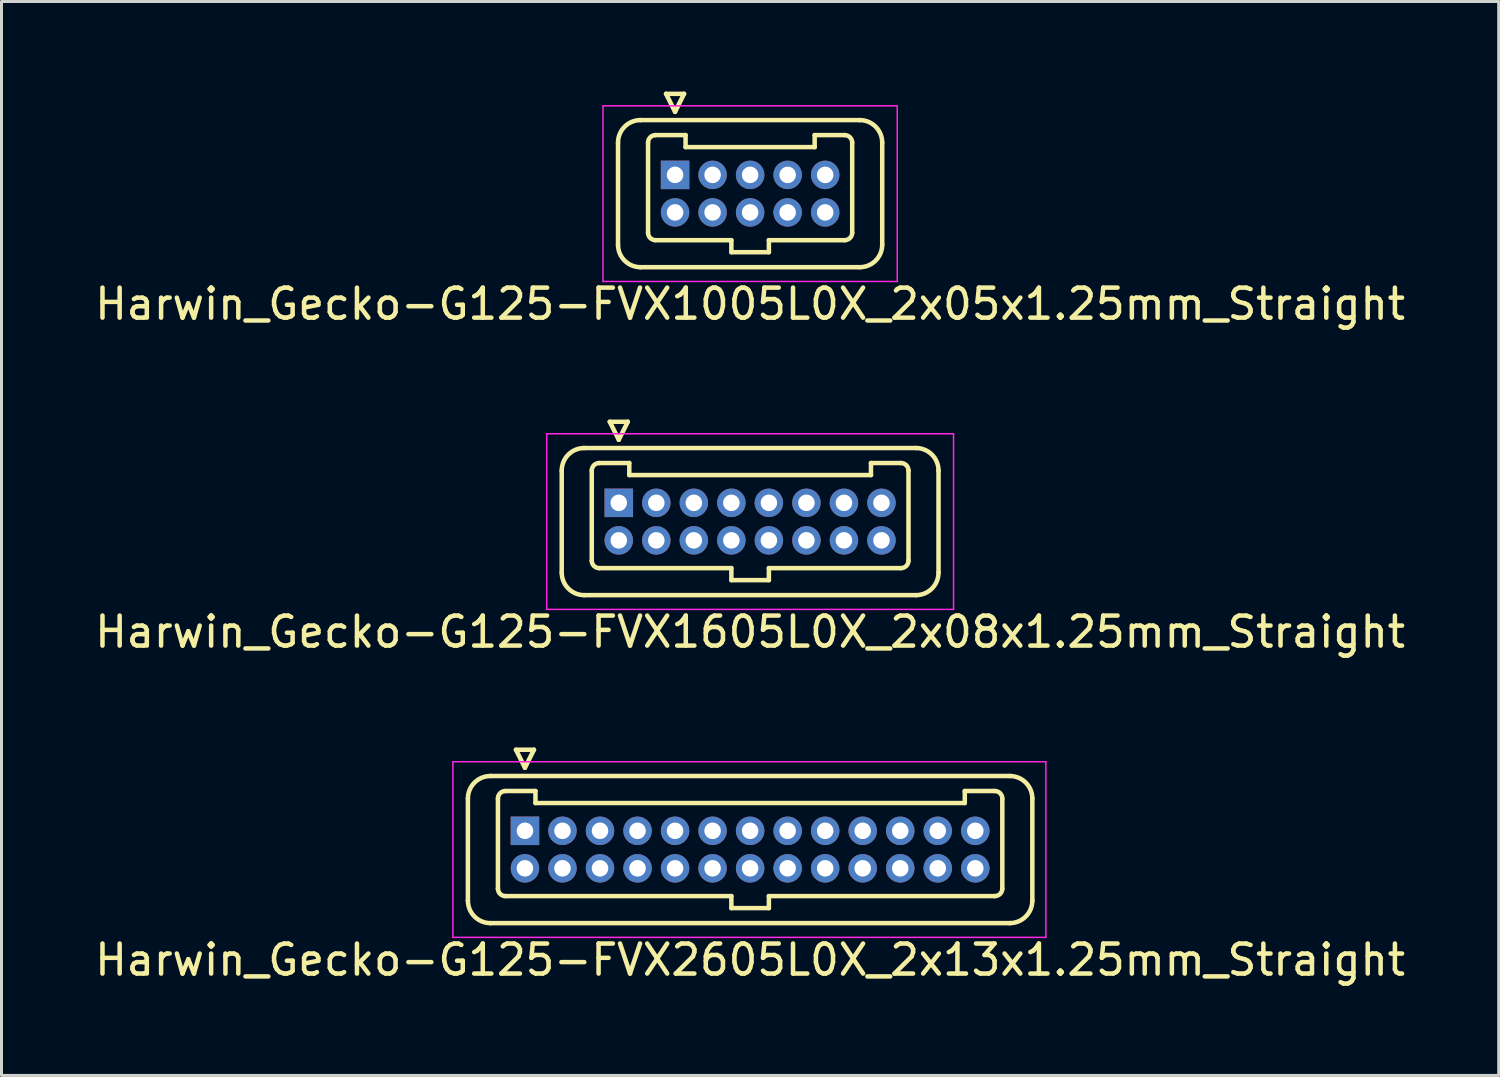
<source format=kicad_pcb>
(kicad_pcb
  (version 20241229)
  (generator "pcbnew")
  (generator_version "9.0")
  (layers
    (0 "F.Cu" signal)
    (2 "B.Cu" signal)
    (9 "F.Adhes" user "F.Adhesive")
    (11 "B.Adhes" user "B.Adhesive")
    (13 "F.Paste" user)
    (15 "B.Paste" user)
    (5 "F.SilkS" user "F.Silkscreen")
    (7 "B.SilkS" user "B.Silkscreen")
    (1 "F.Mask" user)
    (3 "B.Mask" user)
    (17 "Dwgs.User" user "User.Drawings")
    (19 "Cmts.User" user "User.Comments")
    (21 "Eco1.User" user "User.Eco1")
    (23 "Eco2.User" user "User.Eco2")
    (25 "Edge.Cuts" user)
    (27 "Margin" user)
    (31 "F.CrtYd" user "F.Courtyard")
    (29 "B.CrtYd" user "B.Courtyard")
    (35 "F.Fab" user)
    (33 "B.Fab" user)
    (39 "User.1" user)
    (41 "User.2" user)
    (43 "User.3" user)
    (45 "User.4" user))
  (footprint "Harwin_Gecko-G125-FVX1605L0X_2x08x1.25mm_Straight"
    (layer "F.Cu")
    (at 17.56 13.698)
    (property "Reference" "Harwin_Gecko-G125-FVX1605L0X_2x08x1.25mm_Straight" (at 4.375 4.3 0) (layer "F.SilkS") (effects (font (size 1 1) (thickness 0.15))))
    (attr through_hole)
    (fp_line (start -1.9 -1.075) (end -1.9 2.325) (stroke (width 0.15) (type solid)) (layer "F.SilkS"))
    (fp_line (start -1.15 -1.825) (end 9.9 -1.825) (stroke (width 0.15) (type solid)) (layer "F.SilkS"))
    (fp_line (start -1.15 3.075) (end 9.9 3.075) (stroke (width 0.15) (type solid)) (layer "F.SilkS"))
    (fp_line (start -0.9 -1.075) (end -0.9 1.925) (stroke (width 0.15) (type solid)) (layer "F.SilkS"))
    (fp_line (start -0.65 -1.325) (end 0.35 -1.325) (stroke (width 0.15) (type solid)) (layer "F.SilkS"))
    (fp_line (start -0.65 2.175) (end 3.75 2.175) (stroke (width 0.15) (type solid)) (layer "F.SilkS"))
    (fp_line (start -0.3 -2.7) (end 0.3 -2.7) (stroke (width 0.15) (type solid)) (layer "F.SilkS"))
    (fp_line (start 0 -2.1) (end -0.3 -2.7) (stroke (width 0.15) (type solid)) (layer "F.SilkS"))
    (fp_line (start 0.3 -2.7) (end 0 -2.1) (stroke (width 0.15) (type solid)) (layer "F.SilkS"))
    (fp_line (start 0.35 -1.325) (end 0.35 -0.925) (stroke (width 0.15) (type solid)) (layer "F.SilkS"))
    (fp_line (start 0.35 -0.925) (end 8.4 -0.925) (stroke (width 0.15) (type solid)) (layer "F.SilkS"))
    (fp_line (start 3.75 2.175) (end 3.75 2.575) (stroke (width 0.15) (type solid)) (layer "F.SilkS"))
    (fp_line (start 3.75 2.575) (end 5 2.575) (stroke (width 0.15) (type solid)) (layer "F.SilkS"))
    (fp_line (start 5 2.175) (end 9.4 2.175) (stroke (width 0.15) (type solid)) (layer "F.SilkS"))
    (fp_line (start 5 2.575) (end 5 2.175) (stroke (width 0.15) (type solid)) (layer "F.SilkS"))
    (fp_line (start 8.4 -1.325) (end 9.4 -1.325) (stroke (width 0.15) (type solid)) (layer "F.SilkS"))
    (fp_line (start 8.4 -0.925) (end 8.4 -1.325) (stroke (width 0.15) (type solid)) (layer "F.SilkS"))
    (fp_line (start 9.65 -1.075) (end 9.65 1.925) (stroke (width 0.15) (type solid)) (layer "F.SilkS"))
    (fp_line (start 10.65 -1.075) (end 10.65 2.325) (stroke (width 0.15) (type solid)) (layer "F.SilkS"))
    (fp_arc (start -1.9 -1.075) (mid -1.68033 -1.60533) (end -1.15 -1.825) (stroke (width 0.15) (type solid)) (layer "F.SilkS"))
    (fp_arc (start -1.15 3.075) (mid -1.68033 2.85533) (end -1.9 2.325) (stroke (width 0.15) (type solid)) (layer "F.SilkS"))
    (fp_arc (start -0.9 -1.075) (mid -0.826777 -1.251777) (end -0.65 -1.325) (stroke (width 0.15) (type solid)) (layer "F.SilkS"))
    (fp_arc (start -0.65 2.175) (mid -0.826777 2.101777) (end -0.9 1.925) (stroke (width 0.15) (type solid)) (layer "F.SilkS"))
    (fp_arc (start 9.4 -1.325) (mid 9.576777 -1.251777) (end 9.65 -1.075) (stroke (width 0.15) (type solid)) (layer "F.SilkS"))
    (fp_arc (start 9.65 1.925) (mid 9.576777 2.101777) (end 9.4 2.175) (stroke (width 0.15) (type solid)) (layer "F.SilkS"))
    (fp_arc (start 9.9 -1.825) (mid 10.43033 -1.60533) (end 10.65 -1.075) (stroke (width 0.15) (type solid)) (layer "F.SilkS"))
    (fp_arc (start 10.65 2.325) (mid 10.43033 2.85533) (end 9.9 3.075) (stroke (width 0.15) (type solid)) (layer "F.SilkS"))
    (fp_line (start -2.4 -2.3) (end -2.4 3.55) (stroke (width 0.05) (type solid)) (layer "F.CrtYd"))
    (fp_line (start -2.4 3.55) (end 11.15 3.55) (stroke (width 0.05) (type solid)) (layer "F.CrtYd"))
    (fp_line (start 11.15 -2.3) (end -2.4 -2.3) (stroke (width 0.05) (type solid)) (layer "F.CrtYd"))
    (fp_line (start 11.15 3.55) (end 11.15 -2.3) (stroke (width 0.05) (type solid)) (layer "F.CrtYd"))
    (pad "1" thru_hole rect (at 0 0) (size 0.95 0.95) (drill 0.55) (layers "*.Cu" "*.Mask"))
    (pad "2" thru_hole circle (at 0 1.25) (size 0.95 0.95) (drill 0.55) (layers "*.Cu" "*.Mask"))
    (pad "3" thru_hole circle (at 1.25 0) (size 0.95 0.95) (drill 0.55) (layers "*.Cu" "*.Mask"))
    (pad "4" thru_hole circle (at 1.25 1.25) (size 0.95 0.95) (drill 0.55) (layers "*.Cu" "*.Mask"))
    (pad "5" thru_hole circle (at 2.5 0) (size 0.95 0.95) (drill 0.55) (layers "*.Cu" "*.Mask"))
    (pad "6" thru_hole circle (at 2.5 1.25) (size 0.95 0.95) (drill 0.55) (layers "*.Cu" "*.Mask"))
    (pad "7" thru_hole circle (at 3.75 0) (size 0.95 0.95) (drill 0.55) (layers "*.Cu" "*.Mask"))
    (pad "8" thru_hole circle (at 3.75 1.25) (size 0.95 0.95) (drill 0.55) (layers "*.Cu" "*.Mask"))
    (pad "9" thru_hole circle (at 5 0) (size 0.95 0.95) (drill 0.55) (layers "*.Cu" "*.Mask"))
    (pad "10" thru_hole circle (at 5 1.25) (size 0.95 0.95) (drill 0.55) (layers "*.Cu" "*.Mask"))
    (pad "11" thru_hole circle (at 6.25 0) (size 0.95 0.95) (drill 0.55) (layers "*.Cu" "*.Mask"))
    (pad "12" thru_hole circle (at 6.25 1.25) (size 0.95 0.95) (drill 0.55) (layers "*.Cu" "*.Mask"))
    (pad "13" thru_hole circle (at 7.5 0) (size 0.95 0.95) (drill 0.55) (layers "*.Cu" "*.Mask"))
    (pad "14" thru_hole circle (at 7.5 1.25) (size 0.95 0.95) (drill 0.55) (layers "*.Cu" "*.Mask"))
    (pad "15" thru_hole circle (at 8.75 0) (size 0.95 0.95) (drill 0.55) (layers "*.Cu" "*.Mask"))
    (pad "16" thru_hole circle (at 8.75 1.25) (size 0.95 0.95) (drill 0.55) (layers "*.Cu" "*.Mask")))
  (footprint "Harwin_Gecko-G125-FVX1005L0X_2x05x1.25mm_Straight"
    (layer "F.Cu")
    (at 19.435 2.775)
    (property "Reference" "Harwin_Gecko-G125-FVX1005L0X_2x05x1.25mm_Straight" (at 2.5 4.3 0) (layer "F.SilkS") (effects (font (size 1 1) (thickness 0.15))))
    (attr through_hole)
    (fp_line (start -1.9 -1.075) (end -1.9 2.325) (stroke (width 0.15) (type solid)) (layer "F.SilkS"))
    (fp_line (start -1.15 -1.825) (end 6.15 -1.825) (stroke (width 0.15) (type solid)) (layer "F.SilkS"))
    (fp_line (start -1.15 3.075) (end 6.15 3.075) (stroke (width 0.15) (type solid)) (layer "F.SilkS"))
    (fp_line (start -0.9 -1.075) (end -0.9 1.925) (stroke (width 0.15) (type solid)) (layer "F.SilkS"))
    (fp_line (start -0.65 -1.325) (end 0.35 -1.325) (stroke (width 0.15) (type solid)) (layer "F.SilkS"))
    (fp_line (start -0.65 2.175) (end 1.875 2.175) (stroke (width 0.15) (type solid)) (layer "F.SilkS"))
    (fp_line (start -0.3 -2.7) (end 0.3 -2.7) (stroke (width 0.15) (type solid)) (layer "F.SilkS"))
    (fp_line (start 0 -2.1) (end -0.3 -2.7) (stroke (width 0.15) (type solid)) (layer "F.SilkS"))
    (fp_line (start 0.3 -2.7) (end 0 -2.1) (stroke (width 0.15) (type solid)) (layer "F.SilkS"))
    (fp_line (start 0.35 -1.325) (end 0.35 -0.925) (stroke (width 0.15) (type solid)) (layer "F.SilkS"))
    (fp_line (start 0.35 -0.925) (end 4.65 -0.925) (stroke (width 0.15) (type solid)) (layer "F.SilkS"))
    (fp_line (start 1.875 2.175) (end 1.875 2.575) (stroke (width 0.15) (type solid)) (layer "F.SilkS"))
    (fp_line (start 1.875 2.575) (end 3.125 2.575) (stroke (width 0.15) (type solid)) (layer "F.SilkS"))
    (fp_line (start 3.125 2.175) (end 5.65 2.175) (stroke (width 0.15) (type solid)) (layer "F.SilkS"))
    (fp_line (start 3.125 2.575) (end 3.125 2.175) (stroke (width 0.15) (type solid)) (layer "F.SilkS"))
    (fp_line (start 4.65 -1.325) (end 5.65 -1.325) (stroke (width 0.15) (type solid)) (layer "F.SilkS"))
    (fp_line (start 4.65 -0.925) (end 4.65 -1.325) (stroke (width 0.15) (type solid)) (layer "F.SilkS"))
    (fp_line (start 5.9 -1.075) (end 5.9 1.925) (stroke (width 0.15) (type solid)) (layer "F.SilkS"))
    (fp_line (start 6.9 -1.075) (end 6.9 2.325) (stroke (width 0.15) (type solid)) (layer "F.SilkS"))
    (fp_arc (start -1.9 -1.075) (mid -1.68033 -1.60533) (end -1.15 -1.825) (stroke (width 0.15) (type solid)) (layer "F.SilkS"))
    (fp_arc (start -1.15 3.075) (mid -1.68033 2.85533) (end -1.9 2.325) (stroke (width 0.15) (type solid)) (layer "F.SilkS"))
    (fp_arc (start -0.9 -1.075) (mid -0.826777 -1.251777) (end -0.65 -1.325) (stroke (width 0.15) (type solid)) (layer "F.SilkS"))
    (fp_arc (start -0.65 2.175) (mid -0.826777 2.101777) (end -0.9 1.925) (stroke (width 0.15) (type solid)) (layer "F.SilkS"))
    (fp_arc (start 5.65 -1.325) (mid 5.826777 -1.251777) (end 5.9 -1.075) (stroke (width 0.15) (type solid)) (layer "F.SilkS"))
    (fp_arc (start 5.9 1.925) (mid 5.826777 2.101777) (end 5.65 2.175) (stroke (width 0.15) (type solid)) (layer "F.SilkS"))
    (fp_arc (start 6.15 -1.825) (mid 6.68033 -1.60533) (end 6.9 -1.075) (stroke (width 0.15) (type solid)) (layer "F.SilkS"))
    (fp_arc (start 6.9 2.325) (mid 6.68033 2.85533) (end 6.15 3.075) (stroke (width 0.15) (type solid)) (layer "F.SilkS"))
    (fp_line (start -2.4 -2.3) (end -2.4 3.55) (stroke (width 0.05) (type solid)) (layer "F.CrtYd"))
    (fp_line (start -2.4 3.55) (end 7.4 3.55) (stroke (width 0.05) (type solid)) (layer "F.CrtYd"))
    (fp_line (start 7.4 -2.3) (end -2.4 -2.3) (stroke (width 0.05) (type solid)) (layer "F.CrtYd"))
    (fp_line (start 7.4 3.55) (end 7.4 -2.3) (stroke (width 0.05) (type solid)) (layer "F.CrtYd"))
    (pad "1" thru_hole rect (at 0 0) (size 0.95 0.95) (drill 0.55) (layers "*.Cu" "*.Mask"))
    (pad "2" thru_hole circle (at 0 1.25) (size 0.95 0.95) (drill 0.55) (layers "*.Cu" "*.Mask"))
    (pad "3" thru_hole circle (at 1.25 0) (size 0.95 0.95) (drill 0.55) (layers "*.Cu" "*.Mask"))
    (pad "4" thru_hole circle (at 1.25 1.25) (size 0.95 0.95) (drill 0.55) (layers "*.Cu" "*.Mask"))
    (pad "5" thru_hole circle (at 2.5 0) (size 0.95 0.95) (drill 0.55) (layers "*.Cu" "*.Mask"))
    (pad "6" thru_hole circle (at 2.5 1.25) (size 0.95 0.95) (drill 0.55) (layers "*.Cu" "*.Mask"))
    (pad "7" thru_hole circle (at 3.75 0) (size 0.95 0.95) (drill 0.55) (layers "*.Cu" "*.Mask"))
    (pad "8" thru_hole circle (at 3.75 1.25) (size 0.95 0.95) (drill 0.55) (layers "*.Cu" "*.Mask"))
    (pad "9" thru_hole circle (at 5 0) (size 0.95 0.95) (drill 0.55) (layers "*.Cu" "*.Mask"))
    (pad "10" thru_hole circle (at 5 1.25) (size 0.95 0.95) (drill 0.55) (layers "*.Cu" "*.Mask")))
  (footprint "Harwin_Gecko-G125-FVX2605L0X_2x13x1.25mm_Straight"
    (layer "F.Cu")
    (at 14.435 24.622)
    (property "Reference" "Harwin_Gecko-G125-FVX2605L0X_2x13x1.25mm_Straight" (at 7.5 4.3 0) (layer "F.SilkS") (effects (font (size 1 1) (thickness 0.15))))
    (attr through_hole)
    (fp_line (start -1.9 -1.075) (end -1.9 2.325) (stroke (width 0.15) (type solid)) (layer "F.SilkS"))
    (fp_line (start -1.15 -1.825) (end 16.15 -1.825) (stroke (width 0.15) (type solid)) (layer "F.SilkS"))
    (fp_line (start -1.15 3.075) (end 16.15 3.075) (stroke (width 0.15) (type solid)) (layer "F.SilkS"))
    (fp_line (start -0.9 -1.075) (end -0.9 1.925) (stroke (width 0.15) (type solid)) (layer "F.SilkS"))
    (fp_line (start -0.65 -1.325) (end 0.35 -1.325) (stroke (width 0.15) (type solid)) (layer "F.SilkS"))
    (fp_line (start -0.65 2.175) (end 6.875 2.175) (stroke (width 0.15) (type solid)) (layer "F.SilkS"))
    (fp_line (start -0.3 -2.7) (end 0.3 -2.7) (stroke (width 0.15) (type solid)) (layer "F.SilkS"))
    (fp_line (start 0 -2.1) (end -0.3 -2.7) (stroke (width 0.15) (type solid)) (layer "F.SilkS"))
    (fp_line (start 0.3 -2.7) (end 0 -2.1) (stroke (width 0.15) (type solid)) (layer "F.SilkS"))
    (fp_line (start 0.35 -1.325) (end 0.35 -0.925) (stroke (width 0.15) (type solid)) (layer "F.SilkS"))
    (fp_line (start 0.35 -0.925) (end 14.65 -0.925) (stroke (width 0.15) (type solid)) (layer "F.SilkS"))
    (fp_line (start 6.875 2.175) (end 6.875 2.575) (stroke (width 0.15) (type solid)) (layer "F.SilkS"))
    (fp_line (start 6.875 2.575) (end 8.125 2.575) (stroke (width 0.15) (type solid)) (layer "F.SilkS"))
    (fp_line (start 8.125 2.175) (end 15.65 2.175) (stroke (width 0.15) (type solid)) (layer "F.SilkS"))
    (fp_line (start 8.125 2.575) (end 8.125 2.175) (stroke (width 0.15) (type solid)) (layer "F.SilkS"))
    (fp_line (start 14.65 -1.325) (end 15.65 -1.325) (stroke (width 0.15) (type solid)) (layer "F.SilkS"))
    (fp_line (start 14.65 -0.925) (end 14.65 -1.325) (stroke (width 0.15) (type solid)) (layer "F.SilkS"))
    (fp_line (start 15.9 -1.075) (end 15.9 1.925) (stroke (width 0.15) (type solid)) (layer "F.SilkS"))
    (fp_line (start 16.9 -1.075) (end 16.9 2.325) (stroke (width 0.15) (type solid)) (layer "F.SilkS"))
    (fp_arc (start -1.9 -1.075) (mid -1.68033 -1.60533) (end -1.15 -1.825) (stroke (width 0.15) (type solid)) (layer "F.SilkS"))
    (fp_arc (start -1.15 3.075) (mid -1.68033 2.85533) (end -1.9 2.325) (stroke (width 0.15) (type solid)) (layer "F.SilkS"))
    (fp_arc (start -0.9 -1.075) (mid -0.826777 -1.251777) (end -0.65 -1.325) (stroke (width 0.15) (type solid)) (layer "F.SilkS"))
    (fp_arc (start -0.65 2.175) (mid -0.826777 2.101777) (end -0.9 1.925) (stroke (width 0.15) (type solid)) (layer "F.SilkS"))
    (fp_arc (start 15.65 -1.325) (mid 15.826777 -1.251777) (end 15.9 -1.075) (stroke (width 0.15) (type solid)) (layer "F.SilkS"))
    (fp_arc (start 15.9 1.925) (mid 15.826777 2.101777) (end 15.65 2.175) (stroke (width 0.15) (type solid)) (layer "F.SilkS"))
    (fp_arc (start 16.15 -1.825) (mid 16.68033 -1.60533) (end 16.9 -1.075) (stroke (width 0.15) (type solid)) (layer "F.SilkS"))
    (fp_arc (start 16.9 2.325) (mid 16.68033 2.85533) (end 16.15 3.075) (stroke (width 0.15) (type solid)) (layer "F.SilkS"))
    (fp_line (start -2.4 -2.3) (end -2.4 3.55) (stroke (width 0.05) (type solid)) (layer "F.CrtYd"))
    (fp_line (start -2.4 3.55) (end 17.35 3.55) (stroke (width 0.05) (type solid)) (layer "F.CrtYd"))
    (fp_line (start 17.35 -2.3) (end -2.4 -2.3) (stroke (width 0.05) (type solid)) (layer "F.CrtYd"))
    (fp_line (start 17.35 3.55) (end 17.35 -2.3) (stroke (width 0.05) (type solid)) (layer "F.CrtYd"))
    (pad "1" thru_hole rect (at 0 0) (size 0.95 0.95) (drill 0.55) (layers "*.Cu" "*.Mask"))
    (pad "2" thru_hole circle (at 0 1.25) (size 0.95 0.95) (drill 0.55) (layers "*.Cu" "*.Mask"))
    (pad "3" thru_hole circle (at 1.25 0) (size 0.95 0.95) (drill 0.55) (layers "*.Cu" "*.Mask"))
    (pad "4" thru_hole circle (at 1.25 1.25) (size 0.95 0.95) (drill 0.55) (layers "*.Cu" "*.Mask"))
    (pad "5" thru_hole circle (at 2.5 0) (size 0.95 0.95) (drill 0.55) (layers "*.Cu" "*.Mask"))
    (pad "6" thru_hole circle (at 2.5 1.25) (size 0.95 0.95) (drill 0.55) (layers "*.Cu" "*.Mask"))
    (pad "7" thru_hole circle (at 3.75 0) (size 0.95 0.95) (drill 0.55) (layers "*.Cu" "*.Mask"))
    (pad "8" thru_hole circle (at 3.75 1.25) (size 0.95 0.95) (drill 0.55) (layers "*.Cu" "*.Mask"))
    (pad "9" thru_hole circle (at 5 0) (size 0.95 0.95) (drill 0.55) (layers "*.Cu" "*.Mask"))
    (pad "10" thru_hole circle (at 5 1.25) (size 0.95 0.95) (drill 0.55) (layers "*.Cu" "*.Mask"))
    (pad "11" thru_hole circle (at 6.25 0) (size 0.95 0.95) (drill 0.55) (layers "*.Cu" "*.Mask"))
    (pad "12" thru_hole circle (at 6.25 1.25) (size 0.95 0.95) (drill 0.55) (layers "*.Cu" "*.Mask"))
    (pad "13" thru_hole circle (at 7.5 0) (size 0.95 0.95) (drill 0.55) (layers "*.Cu" "*.Mask"))
    (pad "14" thru_hole circle (at 7.5 1.25) (size 0.95 0.95) (drill 0.55) (layers "*.Cu" "*.Mask"))
    (pad "15" thru_hole circle (at 8.75 0) (size 0.95 0.95) (drill 0.55) (layers "*.Cu" "*.Mask"))
    (pad "16" thru_hole circle (at 8.75 1.25) (size 0.95 0.95) (drill 0.55) (layers "*.Cu" "*.Mask"))
    (pad "17" thru_hole circle (at 10 0) (size 0.95 0.95) (drill 0.55) (layers "*.Cu" "*.Mask"))
    (pad "18" thru_hole circle (at 10 1.25) (size 0.95 0.95) (drill 0.55) (layers "*.Cu" "*.Mask"))
    (pad "19" thru_hole circle (at 11.25 0) (size 0.95 0.95) (drill 0.55) (layers "*.Cu" "*.Mask"))
    (pad "20" thru_hole circle (at 11.25 1.25) (size 0.95 0.95) (drill 0.55) (layers "*.Cu" "*.Mask"))
    (pad "21" thru_hole circle (at 12.5 0) (size 0.95 0.95) (drill 0.55) (layers "*.Cu" "*.Mask"))
    (pad "22" thru_hole circle (at 12.5 1.25) (size 0.95 0.95) (drill 0.55) (layers "*.Cu" "*.Mask"))
    (pad "23" thru_hole circle (at 13.75 0) (size 0.95 0.95) (drill 0.55) (layers "*.Cu" "*.Mask"))
    (pad "24" thru_hole circle (at 13.75 1.25) (size 0.95 0.95) (drill 0.55) (layers "*.Cu" "*.Mask"))
    (pad "25" thru_hole circle (at 15 0) (size 0.95 0.95) (drill 0.55) (layers "*.Cu" "*.Mask"))
    (pad "26" thru_hole circle (at 15 1.25) (size 0.95 0.95) (drill 0.55) (layers "*.Cu" "*.Mask")))
  (gr_rect
    (start -3 -3)
    (end 46.869 32.77)
    (stroke (width 0.1) (type default))
    (fill no)
    (layer "Edge.Cuts")))
</source>
